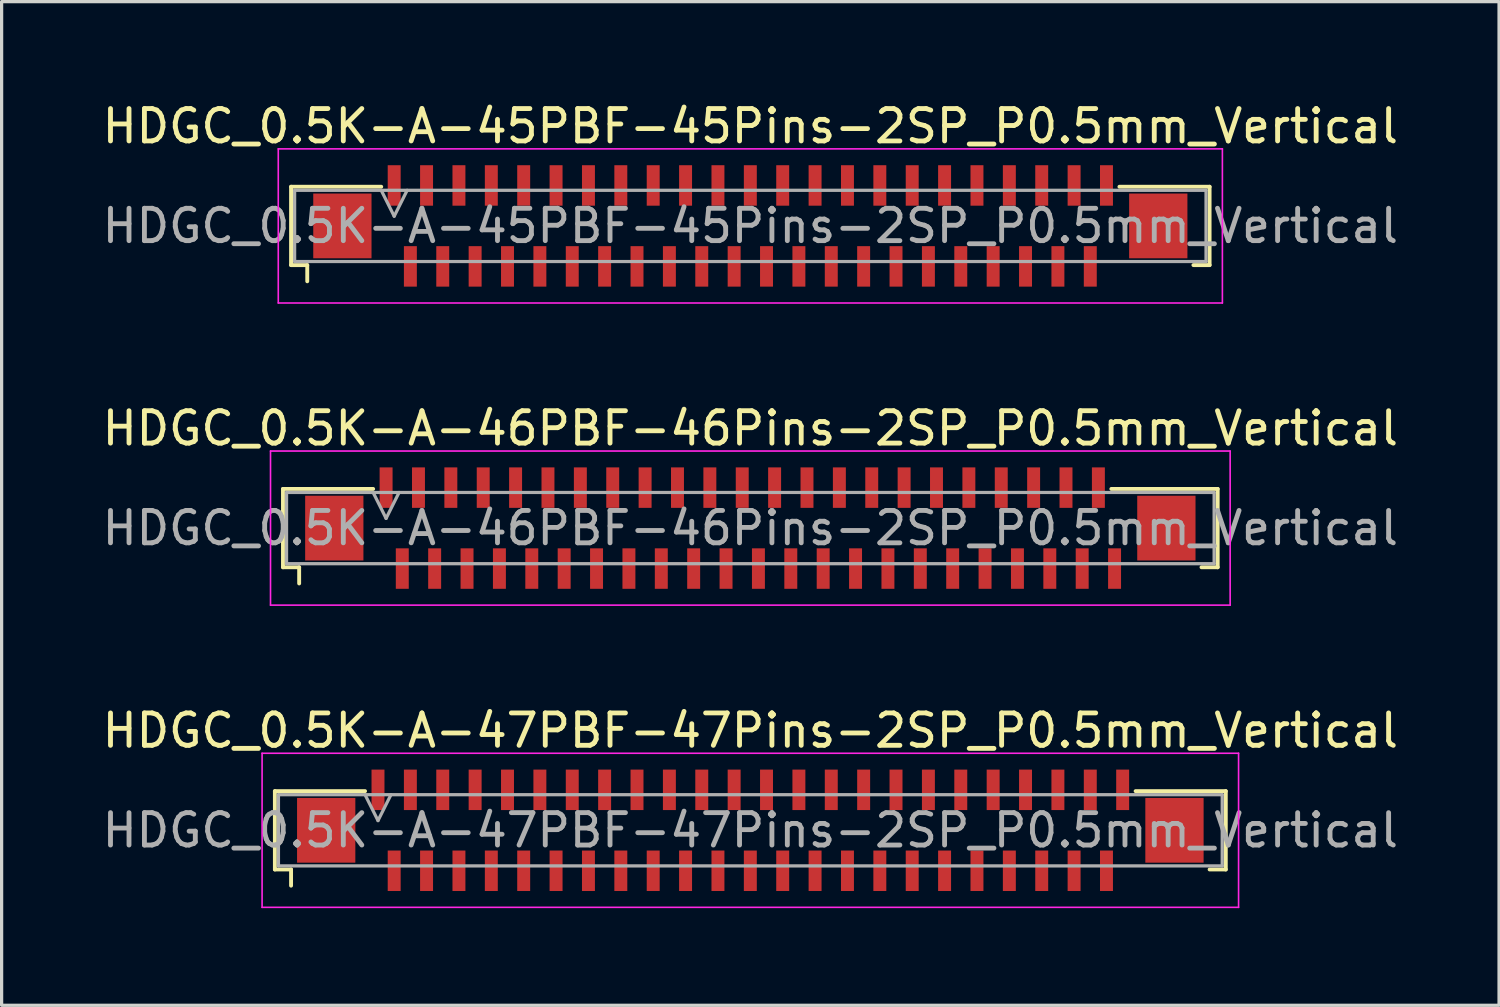
<source format=kicad_pcb>
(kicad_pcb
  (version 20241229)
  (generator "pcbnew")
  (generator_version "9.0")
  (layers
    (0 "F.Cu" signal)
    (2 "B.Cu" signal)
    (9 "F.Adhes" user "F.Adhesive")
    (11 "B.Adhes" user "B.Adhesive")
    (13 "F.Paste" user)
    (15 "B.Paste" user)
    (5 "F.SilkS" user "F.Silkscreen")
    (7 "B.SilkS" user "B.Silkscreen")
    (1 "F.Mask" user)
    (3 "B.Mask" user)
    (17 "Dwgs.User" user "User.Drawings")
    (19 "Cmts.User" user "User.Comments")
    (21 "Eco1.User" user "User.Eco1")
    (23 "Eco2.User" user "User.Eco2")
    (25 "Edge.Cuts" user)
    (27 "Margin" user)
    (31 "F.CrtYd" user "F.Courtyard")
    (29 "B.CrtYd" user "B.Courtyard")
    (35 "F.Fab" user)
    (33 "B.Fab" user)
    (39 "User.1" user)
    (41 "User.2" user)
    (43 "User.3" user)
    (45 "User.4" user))
  (footprint "HDGC_0.5K-A-47PBF-47Pins-2SP_P0.5mm_Vertical"
    (layer "F.Cu")
    (at 20.125 22.595)
    (property "Reference" "HDGC_0.5K-A-47PBF-47Pins-2SP_P0.5mm_Vertical" (at 0 -3.08 0) (layer "F.SilkS") (effects (font (size 1 1) (thickness 0.15))))
    (attr smd)
    (fp_line (start -14.685 -1.21) (end -11.9 -1.21) (stroke (width 0.12) (type solid)) (layer "F.SilkS"))
    (fp_line (start -14.685 1.21) (end -14.685 -1.21) (stroke (width 0.12) (type solid)) (layer "F.SilkS"))
    (fp_line (start -14.185 1.21) (end -14.685 1.21) (stroke (width 0.12) (type solid)) (layer "F.SilkS"))
    (fp_line (start -14.185 1.71) (end -14.185 1.21) (stroke (width 0.12) (type solid)) (layer "F.SilkS"))
    (fp_line (start 14.185 1.21) (end 14.685 1.21) (stroke (width 0.12) (type solid)) (layer "F.SilkS"))
    (fp_line (start 14.685 -1.21) (end 11.9 -1.21) (stroke (width 0.12) (type solid)) (layer "F.SilkS"))
    (fp_line (start 14.685 1.21) (end 14.685 -1.21) (stroke (width 0.12) (type solid)) (layer "F.SilkS"))
    (fp_line (start -15.08 -2.38) (end 15.08 -2.38) (stroke (width 0.05) (type solid)) (layer "F.CrtYd"))
    (fp_line (start -15.08 2.38) (end -15.08 -2.38) (stroke (width 0.05) (type solid)) (layer "F.CrtYd"))
    (fp_line (start 15.08 -2.38) (end 15.08 2.38) (stroke (width 0.05) (type solid)) (layer "F.CrtYd"))
    (fp_line (start 15.08 2.38) (end -15.08 2.38) (stroke (width 0.05) (type solid)) (layer "F.CrtYd"))
    (fp_line (start -14.575 -1.1) (end -14.575 1.1) (stroke (width 0.1) (type solid)) (layer "F.Fab"))
    (fp_line (start -14.575 1.1) (end 14.575 1.1) (stroke (width 0.1) (type solid)) (layer "F.Fab"))
    (fp_line (start -11.9 -1.1) (end -11.5 -0.3) (stroke (width 0.1) (type solid)) (layer "F.Fab"))
    (fp_line (start -11.5 -0.3) (end -11.1 -1.1) (stroke (width 0.1) (type solid)) (layer "F.Fab"))
    (fp_line (start 14.575 -1.1) (end -14.575 -1.1) (stroke (width 0.1) (type solid)) (layer "F.Fab"))
    (fp_line (start 14.575 1.1) (end 14.575 -1.1) (stroke (width 0.1) (type solid)) (layer "F.Fab"))
    (fp_text user "${REFERENCE}" (at 0 0 0) (layer "F.Fab") (effects (font (size 1 1) (thickness 0.15))))
    (pad "1" smd rect (at -11.5 -1.25) (size 0.4 1.25) (layers "F.Cu" "F.Mask" "F.Paste"))
    (pad "2" smd rect (at -11 1.25) (size 0.4 1.25) (layers "F.Cu" "F.Mask" "F.Paste"))
    (pad "3" smd rect (at -10.5 -1.25) (size 0.4 1.25) (layers "F.Cu" "F.Mask" "F.Paste"))
    (pad "4" smd rect (at -10 1.25) (size 0.4 1.25) (layers "F.Cu" "F.Mask" "F.Paste"))
    (pad "5" smd rect (at -9.5 -1.25) (size 0.4 1.25) (layers "F.Cu" "F.Mask" "F.Paste"))
    (pad "6" smd rect (at -9 1.25) (size 0.4 1.25) (layers "F.Cu" "F.Mask" "F.Paste"))
    (pad "7" smd rect (at -8.5 -1.25) (size 0.4 1.25) (layers "F.Cu" "F.Mask" "F.Paste"))
    (pad "8" smd rect (at -8 1.25) (size 0.4 1.25) (layers "F.Cu" "F.Mask" "F.Paste"))
    (pad "9" smd rect (at -7.5 -1.25) (size 0.4 1.25) (layers "F.Cu" "F.Mask" "F.Paste"))
    (pad "10" smd rect (at -7 1.25) (size 0.4 1.25) (layers "F.Cu" "F.Mask" "F.Paste"))
    (pad "11" smd rect (at -6.5 -1.25) (size 0.4 1.25) (layers "F.Cu" "F.Mask" "F.Paste"))
    (pad "12" smd rect (at -6 1.25) (size 0.4 1.25) (layers "F.Cu" "F.Mask" "F.Paste"))
    (pad "13" smd rect (at -5.5 -1.25) (size 0.4 1.25) (layers "F.Cu" "F.Mask" "F.Paste"))
    (pad "14" smd rect (at -5 1.25) (size 0.4 1.25) (layers "F.Cu" "F.Mask" "F.Paste"))
    (pad "15" smd rect (at -4.5 -1.25) (size 0.4 1.25) (layers "F.Cu" "F.Mask" "F.Paste"))
    (pad "16" smd rect (at -4 1.25) (size 0.4 1.25) (layers "F.Cu" "F.Mask" "F.Paste"))
    (pad "17" smd rect (at -3.5 -1.25) (size 0.4 1.25) (layers "F.Cu" "F.Mask" "F.Paste"))
    (pad "18" smd rect (at -3 1.25) (size 0.4 1.25) (layers "F.Cu" "F.Mask" "F.Paste"))
    (pad "19" smd rect (at -2.5 -1.25) (size 0.4 1.25) (layers "F.Cu" "F.Mask" "F.Paste"))
    (pad "20" smd rect (at -2 1.25) (size 0.4 1.25) (layers "F.Cu" "F.Mask" "F.Paste"))
    (pad "21" smd rect (at -1.5 -1.25) (size 0.4 1.25) (layers "F.Cu" "F.Mask" "F.Paste"))
    (pad "22" smd rect (at -1 1.25) (size 0.4 1.25) (layers "F.Cu" "F.Mask" "F.Paste"))
    (pad "23" smd rect (at -0.5 -1.25) (size 0.4 1.25) (layers "F.Cu" "F.Mask" "F.Paste"))
    (pad "24" smd rect (at 0 1.25) (size 0.4 1.25) (layers "F.Cu" "F.Mask" "F.Paste"))
    (pad "25" smd rect (at 0.5 -1.25) (size 0.4 1.25) (layers "F.Cu" "F.Mask" "F.Paste"))
    (pad "26" smd rect (at 1 1.25) (size 0.4 1.25) (layers "F.Cu" "F.Mask" "F.Paste"))
    (pad "27" smd rect (at 1.5 -1.25) (size 0.4 1.25) (layers "F.Cu" "F.Mask" "F.Paste"))
    (pad "28" smd rect (at 2 1.25) (size 0.4 1.25) (layers "F.Cu" "F.Mask" "F.Paste"))
    (pad "29" smd rect (at 2.5 -1.25) (size 0.4 1.25) (layers "F.Cu" "F.Mask" "F.Paste"))
    (pad "30" smd rect (at 3 1.25) (size 0.4 1.25) (layers "F.Cu" "F.Mask" "F.Paste"))
    (pad "31" smd rect (at 3.5 -1.25) (size 0.4 1.25) (layers "F.Cu" "F.Mask" "F.Paste"))
    (pad "32" smd rect (at 4 1.25) (size 0.4 1.25) (layers "F.Cu" "F.Mask" "F.Paste"))
    (pad "33" smd rect (at 4.5 -1.25) (size 0.4 1.25) (layers "F.Cu" "F.Mask" "F.Paste"))
    (pad "34" smd rect (at 5 1.25) (size 0.4 1.25) (layers "F.Cu" "F.Mask" "F.Paste"))
    (pad "35" smd rect (at 5.5 -1.25) (size 0.4 1.25) (layers "F.Cu" "F.Mask" "F.Paste"))
    (pad "36" smd rect (at 6 1.25) (size 0.4 1.25) (layers "F.Cu" "F.Mask" "F.Paste"))
    (pad "37" smd rect (at 6.5 -1.25) (size 0.4 1.25) (layers "F.Cu" "F.Mask" "F.Paste"))
    (pad "38" smd rect (at 7 1.25) (size 0.4 1.25) (layers "F.Cu" "F.Mask" "F.Paste"))
    (pad "39" smd rect (at 7.5 -1.25) (size 0.4 1.25) (layers "F.Cu" "F.Mask" "F.Paste"))
    (pad "40" smd rect (at 8 1.25) (size 0.4 1.25) (layers "F.Cu" "F.Mask" "F.Paste"))
    (pad "41" smd rect (at 8.5 -1.25) (size 0.4 1.25) (layers "F.Cu" "F.Mask" "F.Paste"))
    (pad "42" smd rect (at 9 1.25) (size 0.4 1.25) (layers "F.Cu" "F.Mask" "F.Paste"))
    (pad "43" smd rect (at 9.5 -1.25) (size 0.4 1.25) (layers "F.Cu" "F.Mask" "F.Paste"))
    (pad "44" smd rect (at 10 1.25) (size 0.4 1.25) (layers "F.Cu" "F.Mask" "F.Paste"))
    (pad "45" smd rect (at 10.5 -1.25) (size 0.4 1.25) (layers "F.Cu" "F.Mask" "F.Paste"))
    (pad "46" smd rect (at 11 1.25) (size 0.4 1.25) (layers "F.Cu" "F.Mask" "F.Paste"))
    (pad "47" smd rect (at 11.5 -1.25) (size 0.4 1.25) (layers "F.Cu" "F.Mask" "F.Paste"))
    (pad "MP" smd rect (at -13.1 0) (size 1.8 2) (layers "F.Cu" "F.Mask" "F.Paste"))
    (pad "MP" smd rect (at 13.1 0) (size 1.8 2) (layers "F.Cu" "F.Mask" "F.Paste")))
  (footprint "HDGC_0.5K-A-46PBF-46Pins-2SP_P0.5mm_Vertical"
    (layer "F.Cu")
    (at 20.125 13.261)
    (property "Reference" "HDGC_0.5K-A-46PBF-46Pins-2SP_P0.5mm_Vertical" (at 0 -3.08 0) (layer "F.SilkS") (effects (font (size 1 1) (thickness 0.15))))
    (attr smd)
    (fp_line (start -14.435 -1.21) (end -11.65 -1.21) (stroke (width 0.12) (type solid)) (layer "F.SilkS"))
    (fp_line (start -14.435 1.21) (end -14.435 -1.21) (stroke (width 0.12) (type solid)) (layer "F.SilkS"))
    (fp_line (start -13.935 1.21) (end -14.435 1.21) (stroke (width 0.12) (type solid)) (layer "F.SilkS"))
    (fp_line (start -13.935 1.71) (end -13.935 1.21) (stroke (width 0.12) (type solid)) (layer "F.SilkS"))
    (fp_line (start 13.935 1.21) (end 14.435 1.21) (stroke (width 0.12) (type solid)) (layer "F.SilkS"))
    (fp_line (start 14.435 -1.21) (end 11.15 -1.21) (stroke (width 0.12) (type solid)) (layer "F.SilkS"))
    (fp_line (start 14.435 1.21) (end 14.435 -1.21) (stroke (width 0.12) (type solid)) (layer "F.SilkS"))
    (fp_line (start -14.82 -2.38) (end 14.82 -2.38) (stroke (width 0.05) (type solid)) (layer "F.CrtYd"))
    (fp_line (start -14.82 2.38) (end -14.82 -2.38) (stroke (width 0.05) (type solid)) (layer "F.CrtYd"))
    (fp_line (start 14.82 -2.38) (end 14.82 2.38) (stroke (width 0.05) (type solid)) (layer "F.CrtYd"))
    (fp_line (start 14.82 2.38) (end -14.82 2.38) (stroke (width 0.05) (type solid)) (layer "F.CrtYd"))
    (fp_line (start -14.325 -1.1) (end -14.325 1.1) (stroke (width 0.1) (type solid)) (layer "F.Fab"))
    (fp_line (start -14.325 1.1) (end 14.325 1.1) (stroke (width 0.1) (type solid)) (layer "F.Fab"))
    (fp_line (start -11.65 -1.1) (end -11.25 -0.3) (stroke (width 0.1) (type solid)) (layer "F.Fab"))
    (fp_line (start -11.25 -0.3) (end -10.85 -1.1) (stroke (width 0.1) (type solid)) (layer "F.Fab"))
    (fp_line (start 14.325 -1.1) (end -14.325 -1.1) (stroke (width 0.1) (type solid)) (layer "F.Fab"))
    (fp_line (start 14.325 1.1) (end 14.325 -1.1) (stroke (width 0.1) (type solid)) (layer "F.Fab"))
    (fp_text user "${REFERENCE}" (at 0 0 0) (layer "F.Fab") (effects (font (size 1 1) (thickness 0.15))))
    (pad "1" smd rect (at -11.25 -1.25) (size 0.4 1.25) (layers "F.Cu" "F.Mask" "F.Paste"))
    (pad "2" smd rect (at -10.75 1.25) (size 0.4 1.25) (layers "F.Cu" "F.Mask" "F.Paste"))
    (pad "3" smd rect (at -10.25 -1.25) (size 0.4 1.25) (layers "F.Cu" "F.Mask" "F.Paste"))
    (pad "4" smd rect (at -9.75 1.25) (size 0.4 1.25) (layers "F.Cu" "F.Mask" "F.Paste"))
    (pad "5" smd rect (at -9.25 -1.25) (size 0.4 1.25) (layers "F.Cu" "F.Mask" "F.Paste"))
    (pad "6" smd rect (at -8.75 1.25) (size 0.4 1.25) (layers "F.Cu" "F.Mask" "F.Paste"))
    (pad "7" smd rect (at -8.25 -1.25) (size 0.4 1.25) (layers "F.Cu" "F.Mask" "F.Paste"))
    (pad "8" smd rect (at -7.75 1.25) (size 0.4 1.25) (layers "F.Cu" "F.Mask" "F.Paste"))
    (pad "9" smd rect (at -7.25 -1.25) (size 0.4 1.25) (layers "F.Cu" "F.Mask" "F.Paste"))
    (pad "10" smd rect (at -6.75 1.25) (size 0.4 1.25) (layers "F.Cu" "F.Mask" "F.Paste"))
    (pad "11" smd rect (at -6.25 -1.25) (size 0.4 1.25) (layers "F.Cu" "F.Mask" "F.Paste"))
    (pad "12" smd rect (at -5.75 1.25) (size 0.4 1.25) (layers "F.Cu" "F.Mask" "F.Paste"))
    (pad "13" smd rect (at -5.25 -1.25) (size 0.4 1.25) (layers "F.Cu" "F.Mask" "F.Paste"))
    (pad "14" smd rect (at -4.75 1.25) (size 0.4 1.25) (layers "F.Cu" "F.Mask" "F.Paste"))
    (pad "15" smd rect (at -4.25 -1.25) (size 0.4 1.25) (layers "F.Cu" "F.Mask" "F.Paste"))
    (pad "16" smd rect (at -3.75 1.25) (size 0.4 1.25) (layers "F.Cu" "F.Mask" "F.Paste"))
    (pad "17" smd rect (at -3.25 -1.25) (size 0.4 1.25) (layers "F.Cu" "F.Mask" "F.Paste"))
    (pad "18" smd rect (at -2.75 1.25) (size 0.4 1.25) (layers "F.Cu" "F.Mask" "F.Paste"))
    (pad "19" smd rect (at -2.25 -1.25) (size 0.4 1.25) (layers "F.Cu" "F.Mask" "F.Paste"))
    (pad "20" smd rect (at -1.75 1.25) (size 0.4 1.25) (layers "F.Cu" "F.Mask" "F.Paste"))
    (pad "21" smd rect (at -1.25 -1.25) (size 0.4 1.25) (layers "F.Cu" "F.Mask" "F.Paste"))
    (pad "22" smd rect (at -0.75 1.25) (size 0.4 1.25) (layers "F.Cu" "F.Mask" "F.Paste"))
    (pad "23" smd rect (at -0.25 -1.25) (size 0.4 1.25) (layers "F.Cu" "F.Mask" "F.Paste"))
    (pad "24" smd rect (at 0.25 1.25) (size 0.4 1.25) (layers "F.Cu" "F.Mask" "F.Paste"))
    (pad "25" smd rect (at 0.75 -1.25) (size 0.4 1.25) (layers "F.Cu" "F.Mask" "F.Paste"))
    (pad "26" smd rect (at 1.25 1.25) (size 0.4 1.25) (layers "F.Cu" "F.Mask" "F.Paste"))
    (pad "27" smd rect (at 1.75 -1.25) (size 0.4 1.25) (layers "F.Cu" "F.Mask" "F.Paste"))
    (pad "28" smd rect (at 2.25 1.25) (size 0.4 1.25) (layers "F.Cu" "F.Mask" "F.Paste"))
    (pad "29" smd rect (at 2.75 -1.25) (size 0.4 1.25) (layers "F.Cu" "F.Mask" "F.Paste"))
    (pad "30" smd rect (at 3.25 1.25) (size 0.4 1.25) (layers "F.Cu" "F.Mask" "F.Paste"))
    (pad "31" smd rect (at 3.75 -1.25) (size 0.4 1.25) (layers "F.Cu" "F.Mask" "F.Paste"))
    (pad "32" smd rect (at 4.25 1.25) (size 0.4 1.25) (layers "F.Cu" "F.Mask" "F.Paste"))
    (pad "33" smd rect (at 4.75 -1.25) (size 0.4 1.25) (layers "F.Cu" "F.Mask" "F.Paste"))
    (pad "34" smd rect (at 5.25 1.25) (size 0.4 1.25) (layers "F.Cu" "F.Mask" "F.Paste"))
    (pad "35" smd rect (at 5.75 -1.25) (size 0.4 1.25) (layers "F.Cu" "F.Mask" "F.Paste"))
    (pad "36" smd rect (at 6.25 1.25) (size 0.4 1.25) (layers "F.Cu" "F.Mask" "F.Paste"))
    (pad "37" smd rect (at 6.75 -1.25) (size 0.4 1.25) (layers "F.Cu" "F.Mask" "F.Paste"))
    (pad "38" smd rect (at 7.25 1.25) (size 0.4 1.25) (layers "F.Cu" "F.Mask" "F.Paste"))
    (pad "39" smd rect (at 7.75 -1.25) (size 0.4 1.25) (layers "F.Cu" "F.Mask" "F.Paste"))
    (pad "40" smd rect (at 8.25 1.25) (size 0.4 1.25) (layers "F.Cu" "F.Mask" "F.Paste"))
    (pad "41" smd rect (at 8.75 -1.25) (size 0.4 1.25) (layers "F.Cu" "F.Mask" "F.Paste"))
    (pad "42" smd rect (at 9.25 1.25) (size 0.4 1.25) (layers "F.Cu" "F.Mask" "F.Paste"))
    (pad "43" smd rect (at 9.75 -1.25) (size 0.4 1.25) (layers "F.Cu" "F.Mask" "F.Paste"))
    (pad "44" smd rect (at 10.25 1.25) (size 0.4 1.25) (layers "F.Cu" "F.Mask" "F.Paste"))
    (pad "45" smd rect (at 10.75 -1.25) (size 0.4 1.25) (layers "F.Cu" "F.Mask" "F.Paste"))
    (pad "46" smd rect (at 11.25 1.25) (size 0.4 1.25) (layers "F.Cu" "F.Mask" "F.Paste"))
    (pad "MP" smd rect (at -12.85 0) (size 1.8 2) (layers "F.Cu" "F.Mask" "F.Paste"))
    (pad "MP" smd rect (at 12.85 0) (size 1.8 2) (layers "F.Cu" "F.Mask" "F.Paste")))
  (footprint "HDGC_0.5K-A-45PBF-45Pins-2SP_P0.5mm_Vertical"
    (layer "F.Cu")
    (at 20.125 3.928)
    (property "Reference" "HDGC_0.5K-A-45PBF-45Pins-2SP_P0.5mm_Vertical" (at 0 -3.08 0) (layer "F.SilkS") (effects (font (size 1 1) (thickness 0.15))))
    (attr smd)
    (fp_line (start -14.185 -1.21) (end -11.4 -1.21) (stroke (width 0.12) (type solid)) (layer "F.SilkS"))
    (fp_line (start -14.185 1.21) (end -14.185 -1.21) (stroke (width 0.12) (type solid)) (layer "F.SilkS"))
    (fp_line (start -13.685 1.21) (end -14.185 1.21) (stroke (width 0.12) (type solid)) (layer "F.SilkS"))
    (fp_line (start -13.685 1.71) (end -13.685 1.21) (stroke (width 0.12) (type solid)) (layer "F.SilkS"))
    (fp_line (start 13.685 1.21) (end 14.185 1.21) (stroke (width 0.12) (type solid)) (layer "F.SilkS"))
    (fp_line (start 14.185 -1.21) (end 11.4 -1.21) (stroke (width 0.12) (type solid)) (layer "F.SilkS"))
    (fp_line (start 14.185 1.21) (end 14.185 -1.21) (stroke (width 0.12) (type solid)) (layer "F.SilkS"))
    (fp_line (start -14.58 -2.38) (end 14.58 -2.38) (stroke (width 0.05) (type solid)) (layer "F.CrtYd"))
    (fp_line (start -14.58 2.38) (end -14.58 -2.38) (stroke (width 0.05) (type solid)) (layer "F.CrtYd"))
    (fp_line (start 14.58 -2.38) (end 14.58 2.38) (stroke (width 0.05) (type solid)) (layer "F.CrtYd"))
    (fp_line (start 14.58 2.38) (end -14.58 2.38) (stroke (width 0.05) (type solid)) (layer "F.CrtYd"))
    (fp_line (start -14.075 -1.1) (end -14.075 1.1) (stroke (width 0.1) (type solid)) (layer "F.Fab"))
    (fp_line (start -14.075 1.1) (end 14.075 1.1) (stroke (width 0.1) (type solid)) (layer "F.Fab"))
    (fp_line (start -11.4 -1.1) (end -11 -0.3) (stroke (width 0.1) (type solid)) (layer "F.Fab"))
    (fp_line (start -11 -0.3) (end -10.6 -1.1) (stroke (width 0.1) (type solid)) (layer "F.Fab"))
    (fp_line (start 14.075 -1.1) (end -14.075 -1.1) (stroke (width 0.1) (type solid)) (layer "F.Fab"))
    (fp_line (start 14.075 1.1) (end 14.075 -1.1) (stroke (width 0.1) (type solid)) (layer "F.Fab"))
    (fp_text user "${REFERENCE}" (at 0 0 0) (layer "F.Fab") (effects (font (size 1 1) (thickness 0.15))))
    (pad "1" smd rect (at -11 -1.25) (size 0.4 1.25) (layers "F.Cu" "F.Mask" "F.Paste"))
    (pad "2" smd rect (at -10.5 1.25) (size 0.4 1.25) (layers "F.Cu" "F.Mask" "F.Paste"))
    (pad "3" smd rect (at -10 -1.25) (size 0.4 1.25) (layers "F.Cu" "F.Mask" "F.Paste"))
    (pad "4" smd rect (at -9.5 1.25) (size 0.4 1.25) (layers "F.Cu" "F.Mask" "F.Paste"))
    (pad "5" smd rect (at -9 -1.25) (size 0.4 1.25) (layers "F.Cu" "F.Mask" "F.Paste"))
    (pad "6" smd rect (at -8.5 1.25) (size 0.4 1.25) (layers "F.Cu" "F.Mask" "F.Paste"))
    (pad "7" smd rect (at -8 -1.25) (size 0.4 1.25) (layers "F.Cu" "F.Mask" "F.Paste"))
    (pad "8" smd rect (at -7.5 1.25) (size 0.4 1.25) (layers "F.Cu" "F.Mask" "F.Paste"))
    (pad "9" smd rect (at -7 -1.25) (size 0.4 1.25) (layers "F.Cu" "F.Mask" "F.Paste"))
    (pad "10" smd rect (at -6.5 1.25) (size 0.4 1.25) (layers "F.Cu" "F.Mask" "F.Paste"))
    (pad "11" smd rect (at -6 -1.25) (size 0.4 1.25) (layers "F.Cu" "F.Mask" "F.Paste"))
    (pad "12" smd rect (at -5.5 1.25) (size 0.4 1.25) (layers "F.Cu" "F.Mask" "F.Paste"))
    (pad "13" smd rect (at -5 -1.25) (size 0.4 1.25) (layers "F.Cu" "F.Mask" "F.Paste"))
    (pad "14" smd rect (at -4.5 1.25) (size 0.4 1.25) (layers "F.Cu" "F.Mask" "F.Paste"))
    (pad "15" smd rect (at -4 -1.25) (size 0.4 1.25) (layers "F.Cu" "F.Mask" "F.Paste"))
    (pad "16" smd rect (at -3.5 1.25) (size 0.4 1.25) (layers "F.Cu" "F.Mask" "F.Paste"))
    (pad "17" smd rect (at -3 -1.25) (size 0.4 1.25) (layers "F.Cu" "F.Mask" "F.Paste"))
    (pad "18" smd rect (at -2.5 1.25) (size 0.4 1.25) (layers "F.Cu" "F.Mask" "F.Paste"))
    (pad "19" smd rect (at -2 -1.25) (size 0.4 1.25) (layers "F.Cu" "F.Mask" "F.Paste"))
    (pad "20" smd rect (at -1.5 1.25) (size 0.4 1.25) (layers "F.Cu" "F.Mask" "F.Paste"))
    (pad "21" smd rect (at -1 -1.25) (size 0.4 1.25) (layers "F.Cu" "F.Mask" "F.Paste"))
    (pad "22" smd rect (at -0.5 1.25) (size 0.4 1.25) (layers "F.Cu" "F.Mask" "F.Paste"))
    (pad "23" smd rect (at 0 -1.25) (size 0.4 1.25) (layers "F.Cu" "F.Mask" "F.Paste"))
    (pad "24" smd rect (at 0.5 1.25) (size 0.4 1.25) (layers "F.Cu" "F.Mask" "F.Paste"))
    (pad "25" smd rect (at 1 -1.25) (size 0.4 1.25) (layers "F.Cu" "F.Mask" "F.Paste"))
    (pad "26" smd rect (at 1.5 1.25) (size 0.4 1.25) (layers "F.Cu" "F.Mask" "F.Paste"))
    (pad "27" smd rect (at 2 -1.25) (size 0.4 1.25) (layers "F.Cu" "F.Mask" "F.Paste"))
    (pad "28" smd rect (at 2.5 1.25) (size 0.4 1.25) (layers "F.Cu" "F.Mask" "F.Paste"))
    (pad "29" smd rect (at 3 -1.25) (size 0.4 1.25) (layers "F.Cu" "F.Mask" "F.Paste"))
    (pad "30" smd rect (at 3.5 1.25) (size 0.4 1.25) (layers "F.Cu" "F.Mask" "F.Paste"))
    (pad "31" smd rect (at 4 -1.25) (size 0.4 1.25) (layers "F.Cu" "F.Mask" "F.Paste"))
    (pad "32" smd rect (at 4.5 1.25) (size 0.4 1.25) (layers "F.Cu" "F.Mask" "F.Paste"))
    (pad "33" smd rect (at 5 -1.25) (size 0.4 1.25) (layers "F.Cu" "F.Mask" "F.Paste"))
    (pad "34" smd rect (at 5.5 1.25) (size 0.4 1.25) (layers "F.Cu" "F.Mask" "F.Paste"))
    (pad "35" smd rect (at 6 -1.25) (size 0.4 1.25) (layers "F.Cu" "F.Mask" "F.Paste"))
    (pad "36" smd rect (at 6.5 1.25) (size 0.4 1.25) (layers "F.Cu" "F.Mask" "F.Paste"))
    (pad "37" smd rect (at 7 -1.25) (size 0.4 1.25) (layers "F.Cu" "F.Mask" "F.Paste"))
    (pad "38" smd rect (at 7.5 1.25) (size 0.4 1.25) (layers "F.Cu" "F.Mask" "F.Paste"))
    (pad "39" smd rect (at 8 -1.25) (size 0.4 1.25) (layers "F.Cu" "F.Mask" "F.Paste"))
    (pad "40" smd rect (at 8.5 1.25) (size 0.4 1.25) (layers "F.Cu" "F.Mask" "F.Paste"))
    (pad "41" smd rect (at 9 -1.25) (size 0.4 1.25) (layers "F.Cu" "F.Mask" "F.Paste"))
    (pad "42" smd rect (at 9.5 1.25) (size 0.4 1.25) (layers "F.Cu" "F.Mask" "F.Paste"))
    (pad "43" smd rect (at 10 -1.25) (size 0.4 1.25) (layers "F.Cu" "F.Mask" "F.Paste"))
    (pad "44" smd rect (at 10.5 1.25) (size 0.4 1.25) (layers "F.Cu" "F.Mask" "F.Paste"))
    (pad "45" smd rect (at 11 -1.25) (size 0.4 1.25) (layers "F.Cu" "F.Mask" "F.Paste"))
    (pad "MP" smd rect (at -12.6 0) (size 1.8 2) (layers "F.Cu" "F.Mask" "F.Paste"))
    (pad "MP" smd rect (at 12.6 0) (size 1.8 2) (layers "F.Cu" "F.Mask" "F.Paste")))
  (gr_rect
    (start -3 -3)
    (end 43.25 28)
    (stroke (width 0.1) (type default))
    (fill no)
    (layer "Edge.Cuts")))
</source>
